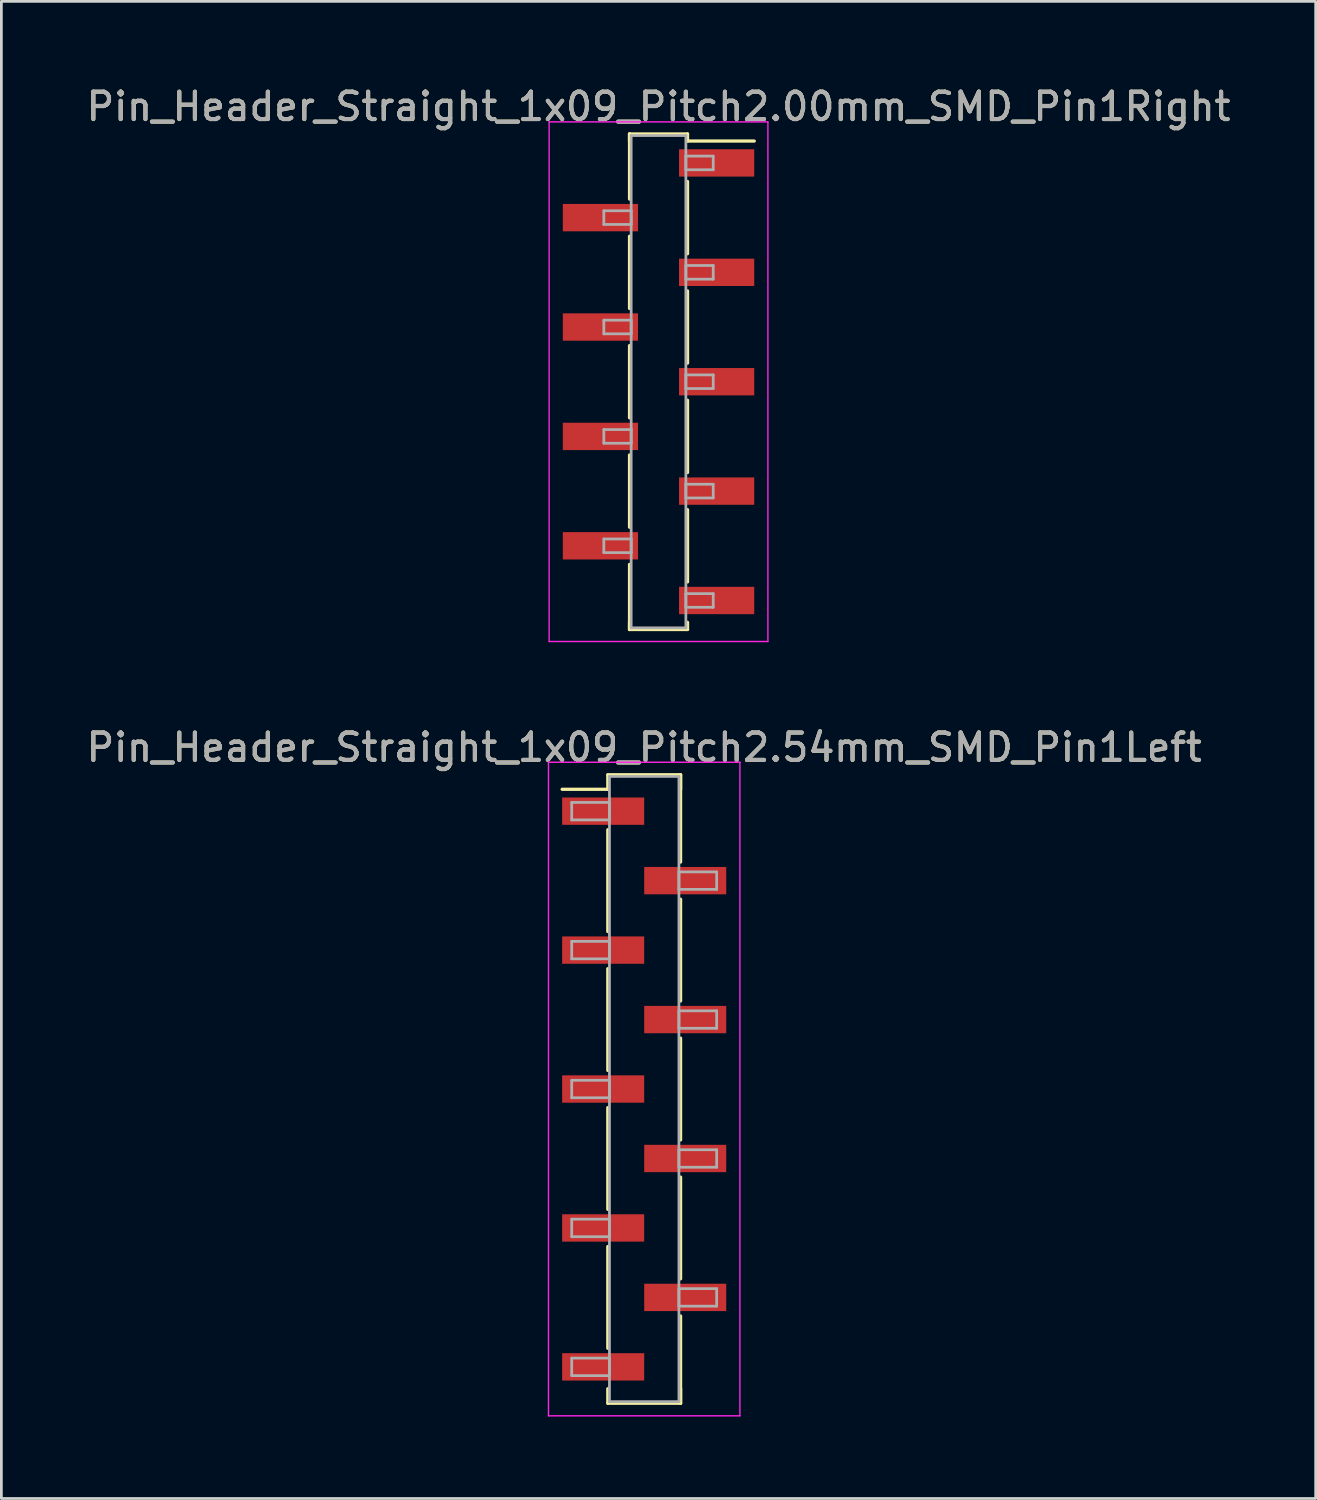
<source format=kicad_pcb>
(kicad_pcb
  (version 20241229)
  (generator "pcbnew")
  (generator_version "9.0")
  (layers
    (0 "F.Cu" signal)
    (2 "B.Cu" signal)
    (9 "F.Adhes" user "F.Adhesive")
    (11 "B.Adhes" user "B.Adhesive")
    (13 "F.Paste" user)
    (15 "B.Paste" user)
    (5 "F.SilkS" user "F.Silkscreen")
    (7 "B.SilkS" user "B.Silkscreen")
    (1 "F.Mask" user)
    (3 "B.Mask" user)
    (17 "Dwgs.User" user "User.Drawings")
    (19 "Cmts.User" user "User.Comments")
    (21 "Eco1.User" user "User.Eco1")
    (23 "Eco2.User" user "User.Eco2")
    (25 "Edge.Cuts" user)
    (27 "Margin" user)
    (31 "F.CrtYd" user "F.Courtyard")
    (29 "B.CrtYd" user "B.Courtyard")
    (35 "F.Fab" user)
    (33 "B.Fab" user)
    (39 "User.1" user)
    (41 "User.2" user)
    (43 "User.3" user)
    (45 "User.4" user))
  (footprint "Pin_Header_Straight_1x09_Pitch2.54mm_SMD_Pin1Left"
    (layer "F.Cu")
    (at 20.506 36.772)
    (property "Reference" "Pin_Header_Straight_1x09_Pitch2.54mm_SMD_Pin1Left" (at 0 -12.49 0) (layer "F.SilkS") (effects (font (size 1 1) (thickness 0.15))))
    (attr smd)
    (fp_line (start -1.33 -11.49) (end 1.33 -11.49) (stroke (width 0.12) (type solid)) (layer "F.SilkS"))
    (fp_line (start -1.33 -10.96) (end -3 -10.96) (stroke (width 0.12) (type solid)) (layer "F.SilkS"))
    (fp_line (start -1.33 -10.96) (end -1.33 -11.49) (stroke (width 0.12) (type solid)) (layer "F.SilkS"))
    (fp_line (start -1.33 -9.48) (end -1.33 -5.76) (stroke (width 0.12) (type solid)) (layer "F.SilkS"))
    (fp_line (start -1.33 -4.4) (end -1.33 -0.68) (stroke (width 0.12) (type solid)) (layer "F.SilkS"))
    (fp_line (start -1.33 0.68) (end -1.33 4.4) (stroke (width 0.12) (type solid)) (layer "F.SilkS"))
    (fp_line (start -1.33 5.76) (end -1.33 9.48) (stroke (width 0.12) (type solid)) (layer "F.SilkS"))
    (fp_line (start -1.33 10.96) (end -1.33 11.49) (stroke (width 0.12) (type solid)) (layer "F.SilkS"))
    (fp_line (start -1.33 11.49) (end 1.33 11.49) (stroke (width 0.12) (type solid)) (layer "F.SilkS"))
    (fp_line (start 1.33 -11.49) (end 1.33 -10.96) (stroke (width 0.12) (type solid)) (layer "F.SilkS"))
    (fp_line (start 1.33 -11.49) (end 1.33 -8.3) (stroke (width 0.12) (type solid)) (layer "F.SilkS"))
    (fp_line (start 1.33 -6.94) (end 1.33 -3.22) (stroke (width 0.12) (type solid)) (layer "F.SilkS"))
    (fp_line (start 1.33 -1.86) (end 1.33 1.86) (stroke (width 0.12) (type solid)) (layer "F.SilkS"))
    (fp_line (start 1.33 3.22) (end 1.33 6.94) (stroke (width 0.12) (type solid)) (layer "F.SilkS"))
    (fp_line (start 1.33 8.3) (end 1.33 11.49) (stroke (width 0.12) (type solid)) (layer "F.SilkS"))
    (fp_line (start 1.33 11.49) (end 1.33 10.96) (stroke (width 0.12) (type solid)) (layer "F.SilkS"))
    (fp_line (start -3.5 -11.95) (end -3.5 11.95) (stroke (width 0.05) (type solid)) (layer "F.CrtYd"))
    (fp_line (start -3.5 11.95) (end 3.5 11.95) (stroke (width 0.05) (type solid)) (layer "F.CrtYd"))
    (fp_line (start 3.5 -11.95) (end -3.5 -11.95) (stroke (width 0.05) (type solid)) (layer "F.CrtYd"))
    (fp_line (start 3.5 11.95) (end 3.5 -11.95) (stroke (width 0.05) (type solid)) (layer "F.CrtYd"))
    (fp_line (start -2.65 -10.48) (end -1.27 -10.48) (stroke (width 0.1) (type solid)) (layer "F.Fab"))
    (fp_line (start -2.65 -9.84) (end -2.65 -10.48) (stroke (width 0.1) (type solid)) (layer "F.Fab"))
    (fp_line (start -2.65 -5.4) (end -1.27 -5.4) (stroke (width 0.1) (type solid)) (layer "F.Fab"))
    (fp_line (start -2.65 -4.76) (end -2.65 -5.4) (stroke (width 0.1) (type solid)) (layer "F.Fab"))
    (fp_line (start -2.65 -0.32) (end -1.27 -0.32) (stroke (width 0.1) (type solid)) (layer "F.Fab"))
    (fp_line (start -2.65 0.32) (end -2.65 -0.32) (stroke (width 0.1) (type solid)) (layer "F.Fab"))
    (fp_line (start -2.65 4.76) (end -1.27 4.76) (stroke (width 0.1) (type solid)) (layer "F.Fab"))
    (fp_line (start -2.65 5.4) (end -2.65 4.76) (stroke (width 0.1) (type solid)) (layer "F.Fab"))
    (fp_line (start -2.65 9.84) (end -1.27 9.84) (stroke (width 0.1) (type solid)) (layer "F.Fab"))
    (fp_line (start -2.65 10.48) (end -2.65 9.84) (stroke (width 0.1) (type solid)) (layer "F.Fab"))
    (fp_line (start -1.27 -11.43) (end -1.27 11.43) (stroke (width 0.1) (type solid)) (layer "F.Fab"))
    (fp_line (start -1.27 -10.48) (end -1.27 -9.84) (stroke (width 0.1) (type solid)) (layer "F.Fab"))
    (fp_line (start -1.27 -9.84) (end -2.65 -9.84) (stroke (width 0.1) (type solid)) (layer "F.Fab"))
    (fp_line (start -1.27 -5.4) (end -1.27 -4.76) (stroke (width 0.1) (type solid)) (layer "F.Fab"))
    (fp_line (start -1.27 -4.76) (end -2.65 -4.76) (stroke (width 0.1) (type solid)) (layer "F.Fab"))
    (fp_line (start -1.27 -0.32) (end -1.27 0.32) (stroke (width 0.1) (type solid)) (layer "F.Fab"))
    (fp_line (start -1.27 0.32) (end -2.65 0.32) (stroke (width 0.1) (type solid)) (layer "F.Fab"))
    (fp_line (start -1.27 4.76) (end -1.27 5.4) (stroke (width 0.1) (type solid)) (layer "F.Fab"))
    (fp_line (start -1.27 5.4) (end -2.65 5.4) (stroke (width 0.1) (type solid)) (layer "F.Fab"))
    (fp_line (start -1.27 9.84) (end -1.27 10.48) (stroke (width 0.1) (type solid)) (layer "F.Fab"))
    (fp_line (start -1.27 10.48) (end -2.65 10.48) (stroke (width 0.1) (type solid)) (layer "F.Fab"))
    (fp_line (start -1.27 11.43) (end 1.27 11.43) (stroke (width 0.1) (type solid)) (layer "F.Fab"))
    (fp_line (start 1.27 -11.43) (end -1.27 -11.43) (stroke (width 0.1) (type solid)) (layer "F.Fab"))
    (fp_line (start 1.27 -7.94) (end 1.27 -7.3) (stroke (width 0.1) (type solid)) (layer "F.Fab"))
    (fp_line (start 1.27 -7.3) (end 2.65 -7.3) (stroke (width 0.1) (type solid)) (layer "F.Fab"))
    (fp_line (start 1.27 -2.86) (end 1.27 -2.22) (stroke (width 0.1) (type solid)) (layer "F.Fab"))
    (fp_line (start 1.27 -2.22) (end 2.65 -2.22) (stroke (width 0.1) (type solid)) (layer "F.Fab"))
    (fp_line (start 1.27 2.22) (end 1.27 2.86) (stroke (width 0.1) (type solid)) (layer "F.Fab"))
    (fp_line (start 1.27 2.86) (end 2.65 2.86) (stroke (width 0.1) (type solid)) (layer "F.Fab"))
    (fp_line (start 1.27 7.3) (end 1.27 7.94) (stroke (width 0.1) (type solid)) (layer "F.Fab"))
    (fp_line (start 1.27 7.94) (end 2.65 7.94) (stroke (width 0.1) (type solid)) (layer "F.Fab"))
    (fp_line (start 1.27 11.43) (end 1.27 -11.43) (stroke (width 0.1) (type solid)) (layer "F.Fab"))
    (fp_line (start 2.65 -7.94) (end 1.27 -7.94) (stroke (width 0.1) (type solid)) (layer "F.Fab"))
    (fp_line (start 2.65 -7.3) (end 2.65 -7.94) (stroke (width 0.1) (type solid)) (layer "F.Fab"))
    (fp_line (start 2.65 -2.86) (end 1.27 -2.86) (stroke (width 0.1) (type solid)) (layer "F.Fab"))
    (fp_line (start 2.65 -2.22) (end 2.65 -2.86) (stroke (width 0.1) (type solid)) (layer "F.Fab"))
    (fp_line (start 2.65 2.22) (end 1.27 2.22) (stroke (width 0.1) (type solid)) (layer "F.Fab"))
    (fp_line (start 2.65 2.86) (end 2.65 2.22) (stroke (width 0.1) (type solid)) (layer "F.Fab"))
    (fp_line (start 2.65 7.3) (end 1.27 7.3) (stroke (width 0.1) (type solid)) (layer "F.Fab"))
    (fp_line (start 2.65 7.94) (end 2.65 7.3) (stroke (width 0.1) (type solid)) (layer "F.Fab"))
    (fp_text user "${REFERENCE}" (at 0 -12.49 0) (layer "F.Fab") (effects (font (size 1 1) (thickness 0.15))))
    (pad "1" smd rect (at -1.5 -10.16) (size 3 1) (layers "F.Cu" "F.Mask" "F.Paste"))
    (pad "2" smd rect (at 1.5 -7.62) (size 3 1) (layers "F.Cu" "F.Mask" "F.Paste"))
    (pad "3" smd rect (at -1.5 -5.08) (size 3 1) (layers "F.Cu" "F.Mask" "F.Paste"))
    (pad "4" smd rect (at 1.5 -2.54) (size 3 1) (layers "F.Cu" "F.Mask" "F.Paste"))
    (pad "5" smd rect (at -1.5 0) (size 3 1) (layers "F.Cu" "F.Mask" "F.Paste"))
    (pad "6" smd rect (at 1.5 2.54) (size 3 1) (layers "F.Cu" "F.Mask" "F.Paste"))
    (pad "7" smd rect (at -1.5 5.08) (size 3 1) (layers "F.Cu" "F.Mask" "F.Paste"))
    (pad "8" smd rect (at 1.5 7.62) (size 3 1) (layers "F.Cu" "F.Mask" "F.Paste"))
    (pad "9" smd rect (at -1.5 10.16) (size 3 1) (layers "F.Cu" "F.Mask" "F.Paste")))
  (footprint "Pin_Header_Straight_1x09_Pitch2.00mm_SMD_Pin1Right"
    (layer "F.Cu")
    (at 21.03 10.908)
    (property "Reference" "Pin_Header_Straight_1x09_Pitch2.00mm_SMD_Pin1Right" (at 0 -10.06 0) (layer "F.SilkS") (effects (font (size 1 1) (thickness 0.15))))
    (attr smd)
    (fp_line (start -1.06 -9.06) (end -1.06 -6.68) (stroke (width 0.12) (type solid)) (layer "F.SilkS"))
    (fp_line (start -1.06 -9.06) (end 1.06 -9.06) (stroke (width 0.12) (type solid)) (layer "F.SilkS"))
    (fp_line (start -1.06 -8.8) (end -1.06 -9.06) (stroke (width 0.12) (type solid)) (layer "F.SilkS"))
    (fp_line (start -1.06 -5.32) (end -1.06 -2.68) (stroke (width 0.12) (type solid)) (layer "F.SilkS"))
    (fp_line (start -1.06 -1.32) (end -1.06 1.32) (stroke (width 0.12) (type solid)) (layer "F.SilkS"))
    (fp_line (start -1.06 2.68) (end -1.06 5.32) (stroke (width 0.12) (type solid)) (layer "F.SilkS"))
    (fp_line (start -1.06 6.68) (end -1.06 9.06) (stroke (width 0.12) (type solid)) (layer "F.SilkS"))
    (fp_line (start -1.06 8.8) (end -1.06 9.06) (stroke (width 0.12) (type solid)) (layer "F.SilkS"))
    (fp_line (start -1.06 9.06) (end 1.06 9.06) (stroke (width 0.12) (type solid)) (layer "F.SilkS"))
    (fp_line (start 1.06 -9.06) (end 1.06 -8.8) (stroke (width 0.12) (type solid)) (layer "F.SilkS"))
    (fp_line (start 1.06 -8.8) (end 3.5 -8.8) (stroke (width 0.12) (type solid)) (layer "F.SilkS"))
    (fp_line (start 1.06 -7.32) (end 1.06 -4.68) (stroke (width 0.12) (type solid)) (layer "F.SilkS"))
    (fp_line (start 1.06 -3.32) (end 1.06 -0.68) (stroke (width 0.12) (type solid)) (layer "F.SilkS"))
    (fp_line (start 1.06 0.68) (end 1.06 3.32) (stroke (width 0.12) (type solid)) (layer "F.SilkS"))
    (fp_line (start 1.06 4.68) (end 1.06 7.32) (stroke (width 0.12) (type solid)) (layer "F.SilkS"))
    (fp_line (start 1.06 9.06) (end 1.06 8.8) (stroke (width 0.12) (type solid)) (layer "F.SilkS"))
    (fp_line (start -4 -9.5) (end -4 9.5) (stroke (width 0.05) (type solid)) (layer "F.CrtYd"))
    (fp_line (start -4 9.5) (end 4 9.5) (stroke (width 0.05) (type solid)) (layer "F.CrtYd"))
    (fp_line (start 4 -9.5) (end -4 -9.5) (stroke (width 0.05) (type solid)) (layer "F.CrtYd"))
    (fp_line (start 4 9.5) (end 4 -9.5) (stroke (width 0.05) (type solid)) (layer "F.CrtYd"))
    (fp_line (start -2 -6.25) (end -1 -6.25) (stroke (width 0.1) (type solid)) (layer "F.Fab"))
    (fp_line (start -2 -5.75) (end -2 -6.25) (stroke (width 0.1) (type solid)) (layer "F.Fab"))
    (fp_line (start -2 -2.25) (end -1 -2.25) (stroke (width 0.1) (type solid)) (layer "F.Fab"))
    (fp_line (start -2 -1.75) (end -2 -2.25) (stroke (width 0.1) (type solid)) (layer "F.Fab"))
    (fp_line (start -2 1.75) (end -1 1.75) (stroke (width 0.1) (type solid)) (layer "F.Fab"))
    (fp_line (start -2 2.25) (end -2 1.75) (stroke (width 0.1) (type solid)) (layer "F.Fab"))
    (fp_line (start -2 5.75) (end -1 5.75) (stroke (width 0.1) (type solid)) (layer "F.Fab"))
    (fp_line (start -2 6.25) (end -2 5.75) (stroke (width 0.1) (type solid)) (layer "F.Fab"))
    (fp_line (start -1 -9) (end -1 9) (stroke (width 0.1) (type solid)) (layer "F.Fab"))
    (fp_line (start -1 -6.25) (end -1 -5.75) (stroke (width 0.1) (type solid)) (layer "F.Fab"))
    (fp_line (start -1 -5.75) (end -2 -5.75) (stroke (width 0.1) (type solid)) (layer "F.Fab"))
    (fp_line (start -1 -2.25) (end -1 -1.75) (stroke (width 0.1) (type solid)) (layer "F.Fab"))
    (fp_line (start -1 -1.75) (end -2 -1.75) (stroke (width 0.1) (type solid)) (layer "F.Fab"))
    (fp_line (start -1 1.75) (end -1 2.25) (stroke (width 0.1) (type solid)) (layer "F.Fab"))
    (fp_line (start -1 2.25) (end -2 2.25) (stroke (width 0.1) (type solid)) (layer "F.Fab"))
    (fp_line (start -1 5.75) (end -1 6.25) (stroke (width 0.1) (type solid)) (layer "F.Fab"))
    (fp_line (start -1 6.25) (end -2 6.25) (stroke (width 0.1) (type solid)) (layer "F.Fab"))
    (fp_line (start -1 9) (end 1 9) (stroke (width 0.1) (type solid)) (layer "F.Fab"))
    (fp_line (start 1 -9) (end -1 -9) (stroke (width 0.1) (type solid)) (layer "F.Fab"))
    (fp_line (start 1 -8.25) (end 1 -7.75) (stroke (width 0.1) (type solid)) (layer "F.Fab"))
    (fp_line (start 1 -7.75) (end 2 -7.75) (stroke (width 0.1) (type solid)) (layer "F.Fab"))
    (fp_line (start 1 -4.25) (end 1 -3.75) (stroke (width 0.1) (type solid)) (layer "F.Fab"))
    (fp_line (start 1 -3.75) (end 2 -3.75) (stroke (width 0.1) (type solid)) (layer "F.Fab"))
    (fp_line (start 1 -0.25) (end 1 0.25) (stroke (width 0.1) (type solid)) (layer "F.Fab"))
    (fp_line (start 1 0.25) (end 2 0.25) (stroke (width 0.1) (type solid)) (layer "F.Fab"))
    (fp_line (start 1 3.75) (end 1 4.25) (stroke (width 0.1) (type solid)) (layer "F.Fab"))
    (fp_line (start 1 4.25) (end 2 4.25) (stroke (width 0.1) (type solid)) (layer "F.Fab"))
    (fp_line (start 1 7.75) (end 1 8.25) (stroke (width 0.1) (type solid)) (layer "F.Fab"))
    (fp_line (start 1 8.25) (end 2 8.25) (stroke (width 0.1) (type solid)) (layer "F.Fab"))
    (fp_line (start 1 9) (end 1 -9) (stroke (width 0.1) (type solid)) (layer "F.Fab"))
    (fp_line (start 2 -8.25) (end 1 -8.25) (stroke (width 0.1) (type solid)) (layer "F.Fab"))
    (fp_line (start 2 -7.75) (end 2 -8.25) (stroke (width 0.1) (type solid)) (layer "F.Fab"))
    (fp_line (start 2 -4.25) (end 1 -4.25) (stroke (width 0.1) (type solid)) (layer "F.Fab"))
    (fp_line (start 2 -3.75) (end 2 -4.25) (stroke (width 0.1) (type solid)) (layer "F.Fab"))
    (fp_line (start 2 -0.25) (end 1 -0.25) (stroke (width 0.1) (type solid)) (layer "F.Fab"))
    (fp_line (start 2 0.25) (end 2 -0.25) (stroke (width 0.1) (type solid)) (layer "F.Fab"))
    (fp_line (start 2 3.75) (end 1 3.75) (stroke (width 0.1) (type solid)) (layer "F.Fab"))
    (fp_line (start 2 4.25) (end 2 3.75) (stroke (width 0.1) (type solid)) (layer "F.Fab"))
    (fp_line (start 2 7.75) (end 1 7.75) (stroke (width 0.1) (type solid)) (layer "F.Fab"))
    (fp_line (start 2 8.25) (end 2 7.75) (stroke (width 0.1) (type solid)) (layer "F.Fab"))
    (fp_text user "${REFERENCE}" (at 0 -10.06 0) (layer "F.Fab") (effects (font (size 1 1) (thickness 0.15))))
    (pad "1" smd rect (at 2.125 -8) (size 2.75 1) (layers "F.Cu" "F.Mask" "F.Paste"))
    (pad "2" smd rect (at -2.125 -6) (size 2.75 1) (layers "F.Cu" "F.Mask" "F.Paste"))
    (pad "3" smd rect (at 2.125 -4) (size 2.75 1) (layers "F.Cu" "F.Mask" "F.Paste"))
    (pad "4" smd rect (at -2.125 -2) (size 2.75 1) (layers "F.Cu" "F.Mask" "F.Paste"))
    (pad "5" smd rect (at 2.125 0) (size 2.75 1) (layers "F.Cu" "F.Mask" "F.Paste"))
    (pad "6" smd rect (at -2.125 2) (size 2.75 1) (layers "F.Cu" "F.Mask" "F.Paste"))
    (pad "7" smd rect (at 2.125 4) (size 2.75 1) (layers "F.Cu" "F.Mask" "F.Paste"))
    (pad "8" smd rect (at -2.125 6) (size 2.75 1) (layers "F.Cu" "F.Mask" "F.Paste"))
    (pad "9" smd rect (at 2.125 8) (size 2.75 1) (layers "F.Cu" "F.Mask" "F.Paste")))
  (gr_rect
    (start -3 -3)
    (end 45.06 51.746)
    (stroke (width 0.1) (type default))
    (fill no)
    (layer "Edge.Cuts")))
</source>
